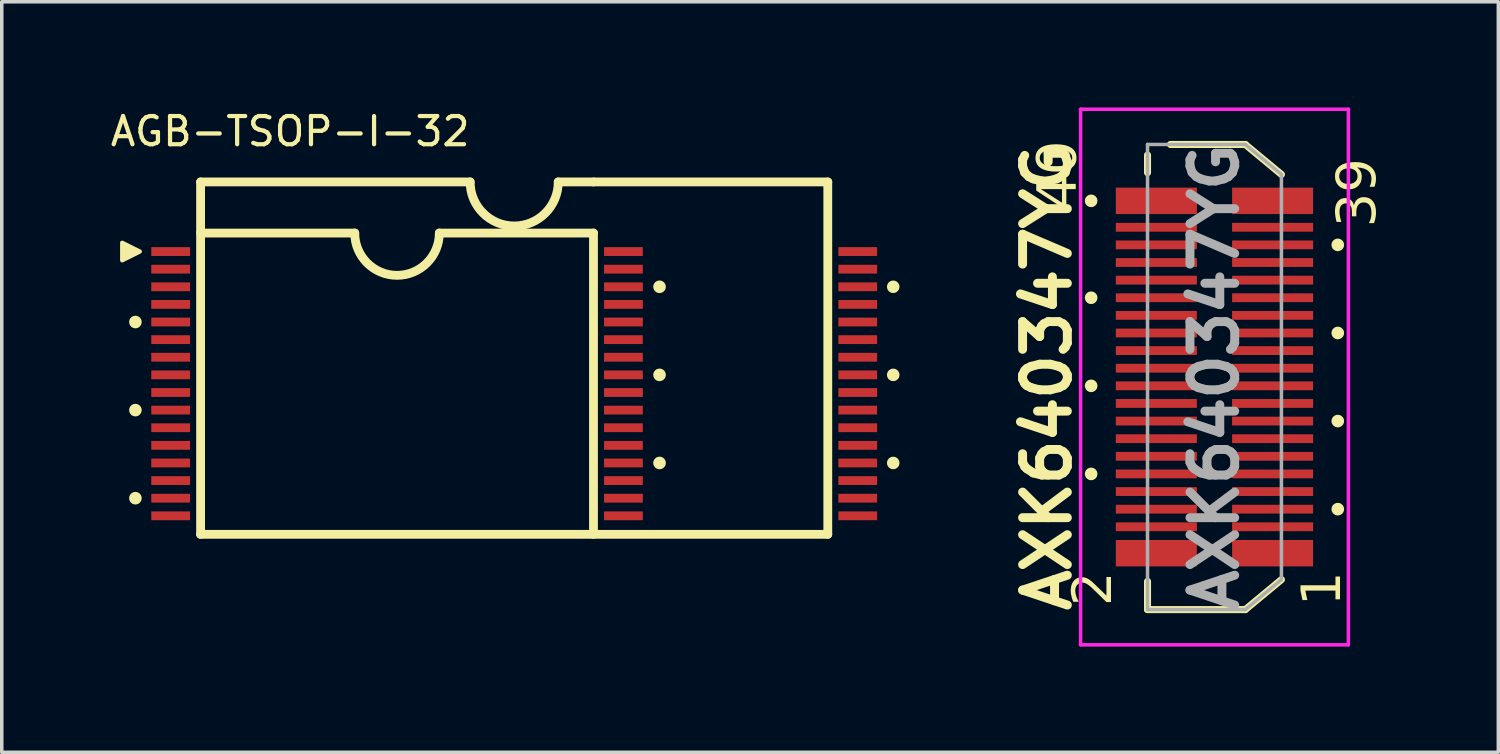
<source format=kicad_pcb>
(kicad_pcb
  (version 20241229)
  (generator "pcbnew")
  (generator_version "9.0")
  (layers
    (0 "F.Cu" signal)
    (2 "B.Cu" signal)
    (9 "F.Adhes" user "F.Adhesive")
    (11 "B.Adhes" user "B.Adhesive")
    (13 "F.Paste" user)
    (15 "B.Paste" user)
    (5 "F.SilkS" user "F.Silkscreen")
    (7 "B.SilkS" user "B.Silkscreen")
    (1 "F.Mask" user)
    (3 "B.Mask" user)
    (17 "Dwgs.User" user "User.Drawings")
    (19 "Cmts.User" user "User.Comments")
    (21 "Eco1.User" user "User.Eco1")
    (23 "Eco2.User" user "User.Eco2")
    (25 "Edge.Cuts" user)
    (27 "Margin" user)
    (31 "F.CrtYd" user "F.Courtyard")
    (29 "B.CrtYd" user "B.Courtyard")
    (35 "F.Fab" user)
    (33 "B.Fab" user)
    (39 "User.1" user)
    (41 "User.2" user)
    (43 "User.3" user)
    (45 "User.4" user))
  (footprint "AGB-TSOP-I-32"
    (layer "F.Cu")
    (at 11.543 7.839)
    (property "Reference" "AGB-TSOP-I-32" (at -6.358 -7.16 0) (layer "F.SilkS") (effects (font (size 0.8 0.8) (thickness 0.12))))
    (attr smd)
    (fp_line (start -8.9 -5.725) (end -8.9 4.275) (stroke (width 0.25) (type solid)) (layer "F.SilkS"))
    (fp_line (start -8.9 -5.725) (end -1.25 -5.726) (stroke (width 0.25) (type solid)) (layer "F.SilkS"))
    (fp_line (start -8.9 -4.275) (end -4.525 -4.275) (stroke (width 0.25) (type solid)) (layer "F.SilkS"))
    (fp_line (start 1.25 -5.726) (end 2.25 -5.725) (stroke (width 0.25) (type solid)) (layer "F.SilkS"))
    (fp_line (start 2.25 -5.725) (end 8.9 -5.725) (stroke (width 0.25) (type solid)) (layer "F.SilkS"))
    (fp_line (start 2.25 -4.275) (end -2.125 -4.275) (stroke (width 0.25) (type solid)) (layer "F.SilkS"))
    (fp_line (start 2.25 -4.275) (end 2.25 4.275) (stroke (width 0.25) (type solid)) (layer "F.SilkS"))
    (fp_line (start 8.9 -5.725) (end 8.9 4.275) (stroke (width 0.25) (type solid)) (layer "F.SilkS"))
    (fp_line (start 8.9 4.275) (end -8.9 4.275) (stroke (width 0.25) (type solid)) (layer "F.SilkS"))
    (fp_arc (start -2.124861 -4.274861) (mid -3.324999 -3.075001) (end -4.524859 -4.275139) (stroke (width 0.25) (type solid)) (layer "F.SilkS"))
    (fp_arc (start 1.25 -5.7255) (mid 0 -4.4755) (end -1.25 -5.7255) (stroke (width 0.25) (type solid)) (layer "F.SilkS"))
    (fp_circle (center -10.75 -1.75) (end -10.632 -1.739) (stroke (width 0.12) (type solid)) (fill yes) (layer "F.SilkS"))
    (fp_circle (center -10.75 0.75) (end -10.632 0.761) (stroke (width 0.12) (type solid)) (fill yes) (layer "F.SilkS"))
    (fp_circle (center -10.75 3.25) (end -10.632 3.261) (stroke (width 0.12) (type solid)) (fill yes) (layer "F.SilkS"))
    (fp_circle (center 4.125 -2.75) (end 4.243 -2.739) (stroke (width 0.12) (type solid)) (fill yes) (layer "F.SilkS"))
    (fp_circle (center 4.125 -0.25) (end 4.243 -0.239) (stroke (width 0.12) (type solid)) (fill yes) (layer "F.SilkS"))
    (fp_circle (center 4.125 2.25) (end 4.243 2.261) (stroke (width 0.12) (type solid)) (fill yes) (layer "F.SilkS"))
    (fp_circle (center 10.757 -2.75) (end 10.874 -2.739) (stroke (width 0.12) (type solid)) (fill yes) (layer "F.SilkS"))
    (fp_circle (center 10.757 -0.25) (end 10.874 -0.239) (stroke (width 0.12) (type solid)) (fill yes) (layer "F.SilkS"))
    (fp_circle (center 10.757 2.25) (end 10.874 2.261) (stroke (width 0.12) (type solid)) (fill yes) (layer "F.SilkS"))
    (fp_poly (pts (xy -10.625 -3.75) (xy -11.125 -3.5) (xy -11.125 -4)) (stroke (width 0.12) (type solid)) (fill yes) (layer "F.SilkS"))
    (pad "1" smd rect (at -9.75 -3.75) (size 1.1 0.25) (layers "F.Cu" "F.Mask" "F.Paste"))
    (pad "2" smd rect (at -9.75 -3.25) (size 1.1 0.25) (layers "F.Cu" "F.Mask" "F.Paste"))
    (pad "3" smd rect (at -9.75 -2.75) (size 1.1 0.25) (layers "F.Cu" "F.Mask" "F.Paste"))
    (pad "4" smd rect (at -9.75 -2.25) (size 1.1 0.25) (layers "F.Cu" "F.Mask" "F.Paste"))
    (pad "5" smd rect (at -9.75 -1.75) (size 1.1 0.25) (layers "F.Cu" "F.Mask" "F.Paste"))
    (pad "6" smd rect (at -9.75 -1.25) (size 1.1 0.25) (layers "F.Cu" "F.Mask" "F.Paste"))
    (pad "7" smd rect (at -9.75 -0.75) (size 1.1 0.25) (layers "F.Cu" "F.Mask" "F.Paste"))
    (pad "8" smd rect (at -9.75 -0.25) (size 1.1 0.25) (layers "F.Cu" "F.Mask" "F.Paste"))
    (pad "9" smd rect (at -9.75 0.25) (size 1.1 0.25) (layers "F.Cu" "F.Mask" "F.Paste"))
    (pad "10" smd rect (at -9.75 0.75) (size 1.1 0.25) (layers "F.Cu" "F.Mask" "F.Paste"))
    (pad "11" smd rect (at -9.75 1.25) (size 1.1 0.25) (layers "F.Cu" "F.Mask" "F.Paste"))
    (pad "12" smd rect (at -9.75 1.75) (size 1.1 0.25) (layers "F.Cu" "F.Mask" "F.Paste"))
    (pad "13" smd rect (at -9.75 2.25) (size 1.1 0.25) (layers "F.Cu" "F.Mask" "F.Paste"))
    (pad "14" smd rect (at -9.75 2.75) (size 1.1 0.25) (layers "F.Cu" "F.Mask" "F.Paste"))
    (pad "15" smd rect (at -9.75 3.25) (size 1.1 0.25) (layers "F.Cu" "F.Mask" "F.Paste"))
    (pad "16" smd rect (at -9.75 3.75) (size 1.1 0.25) (layers "F.Cu" "F.Mask" "F.Paste"))
    (pad "17" smd rect (at 3.1 3.75) (size 1.1 0.25) (layers "F.Cu" "F.Mask" "F.Paste"))
    (pad "17" smd rect (at 9.75 3.75) (size 1.1 0.25) (layers "F.Cu" "F.Mask" "F.Paste"))
    (pad "18" smd rect (at 3.1 3.25) (size 1.1 0.25) (layers "F.Cu" "F.Mask" "F.Paste"))
    (pad "18" smd rect (at 9.75 3.25) (size 1.1 0.25) (layers "F.Cu" "F.Mask" "F.Paste"))
    (pad "19" smd rect (at 3.1 2.75) (size 1.1 0.25) (layers "F.Cu" "F.Mask" "F.Paste"))
    (pad "19" smd rect (at 9.75 2.75) (size 1.1 0.25) (layers "F.Cu" "F.Mask" "F.Paste"))
    (pad "20" smd rect (at 3.1 2.25) (size 1.1 0.25) (layers "F.Cu" "F.Mask" "F.Paste"))
    (pad "20" smd rect (at 9.75 2.25) (size 1.1 0.25) (layers "F.Cu" "F.Mask" "F.Paste"))
    (pad "21" smd rect (at 3.1 1.75) (size 1.1 0.25) (layers "F.Cu" "F.Mask" "F.Paste"))
    (pad "21" smd rect (at 9.75 1.75) (size 1.1 0.25) (layers "F.Cu" "F.Mask" "F.Paste"))
    (pad "22" smd rect (at 3.1 1.25) (size 1.1 0.25) (layers "F.Cu" "F.Mask" "F.Paste"))
    (pad "22" smd rect (at 9.75 1.25) (size 1.1 0.25) (layers "F.Cu" "F.Mask" "F.Paste"))
    (pad "23" smd rect (at 3.1 0.75) (size 1.1 0.25) (layers "F.Cu" "F.Mask" "F.Paste"))
    (pad "23" smd rect (at 9.75 0.75) (size 1.1 0.25) (layers "F.Cu" "F.Mask" "F.Paste"))
    (pad "24" smd rect (at 3.1 0.25) (size 1.1 0.25) (layers "F.Cu" "F.Mask" "F.Paste"))
    (pad "24" smd rect (at 9.75 0.25) (size 1.1 0.25) (layers "F.Cu" "F.Mask" "F.Paste"))
    (pad "25" smd rect (at 3.1 -0.25) (size 1.1 0.25) (layers "F.Cu" "F.Mask" "F.Paste"))
    (pad "25" smd rect (at 9.75 -0.25) (size 1.1 0.25) (layers "F.Cu" "F.Mask" "F.Paste"))
    (pad "26" smd rect (at 3.1 -0.75) (size 1.1 0.25) (layers "F.Cu" "F.Mask" "F.Paste"))
    (pad "26" smd rect (at 9.75 -0.75) (size 1.1 0.25) (layers "F.Cu" "F.Mask" "F.Paste"))
    (pad "27" smd rect (at 3.1 -1.25) (size 1.1 0.25) (layers "F.Cu" "F.Mask" "F.Paste"))
    (pad "27" smd rect (at 9.75 -1.25) (size 1.1 0.25) (layers "F.Cu" "F.Mask" "F.Paste"))
    (pad "28" smd rect (at 3.1 -1.75) (size 1.1 0.25) (layers "F.Cu" "F.Mask" "F.Paste"))
    (pad "28" smd rect (at 9.75 -1.75) (size 1.1 0.25) (layers "F.Cu" "F.Mask" "F.Paste"))
    (pad "29" smd rect (at 3.1 -2.25) (size 1.1 0.25) (layers "F.Cu" "F.Mask" "F.Paste"))
    (pad "29" smd rect (at 9.75 -2.25) (size 1.1 0.25) (layers "F.Cu" "F.Mask" "F.Paste"))
    (pad "30" smd rect (at 3.1 -2.75) (size 1.1 0.25) (layers "F.Cu" "F.Mask" "F.Paste"))
    (pad "30" smd rect (at 9.75 -2.75) (size 1.1 0.25) (layers "F.Cu" "F.Mask" "F.Paste"))
    (pad "31" smd rect (at 3.1 -3.25) (size 1.1 0.25) (layers "F.Cu" "F.Mask" "F.Paste"))
    (pad "31" smd rect (at 9.75 -3.25) (size 1.1 0.25) (layers "F.Cu" "F.Mask" "F.Paste"))
    (pad "32" smd rect (at 3.1 -3.75) (size 1.1 0.25) (layers "F.Cu" "F.Mask" "F.Paste"))
    (pad "32" smd rect (at 9.75 -3.75) (size 1.1 0.25) (layers "F.Cu" "F.Mask" "F.Paste")))
  (footprint "AXK640347YG"
    (layer "F.Cu")
    (at 31.417 7.65)
    (property "Reference" "AXK640347YG" (at -4.75 0 90) (layer "F.SilkS") (effects (font (size 1.27 1.27) (thickness 0.254))))
    (attr smd)
    (fp_line (start -1.9 -5.8) (end -1.9 -6.3) (stroke (width 0.2) (type solid)) (layer "F.SilkS"))
    (fp_line (start -1.9 5.8) (end -1.9 6.6) (stroke (width 0.2) (type solid)) (layer "F.SilkS"))
    (fp_line (start -1.9 6.6) (end 0.875 6.6) (stroke (width 0.2) (type solid)) (layer "F.SilkS"))
    (fp_line (start -1.25 -6.6) (end 0.875 -6.6) (stroke (width 0.2) (type solid)) (layer "F.SilkS"))
    (fp_line (start 0.875 -6.6) (end 1.9 -5.75) (stroke (width 0.2) (type solid)) (layer "F.SilkS"))
    (fp_line (start 0.875 6.6) (end 1.9 5.75) (stroke (width 0.2) (type solid)) (layer "F.SilkS"))
    (fp_circle (center -3.5 -5) (end -3.382 -4.989) (stroke (width 0.12) (type solid)) (fill yes) (layer "F.SilkS"))
    (fp_circle (center -3.5 -2.25) (end -3.382 -2.239) (stroke (width 0.12) (type solid)) (fill yes) (layer "F.SilkS"))
    (fp_circle (center -3.5 0.25) (end -3.382 0.261) (stroke (width 0.12) (type solid)) (fill yes) (layer "F.SilkS"))
    (fp_circle (center -3.5 2.75) (end -3.382 2.761) (stroke (width 0.12) (type solid)) (fill yes) (layer "F.SilkS"))
    (fp_circle (center 3.5 -3.75) (end 3.618 -3.739) (stroke (width 0.12) (type solid)) (fill yes) (layer "F.SilkS"))
    (fp_circle (center 3.5 -1.25) (end 3.618 -1.239) (stroke (width 0.12) (type solid)) (fill yes) (layer "F.SilkS"))
    (fp_circle (center 3.5 1.25) (end 3.618 1.261) (stroke (width 0.12) (type solid)) (fill yes) (layer "F.SilkS"))
    (fp_circle (center 3.5 3.75) (end 3.618 3.761) (stroke (width 0.12) (type solid)) (fill yes) (layer "F.SilkS"))
    (fp_line (start -3.8 -7.6) (end 3.8 -7.6) (stroke (width 0.1) (type solid)) (layer "F.CrtYd"))
    (fp_line (start -3.8 7.6) (end -3.8 -7.6) (stroke (width 0.1) (type solid)) (layer "F.CrtYd"))
    (fp_line (start 3.8 -7.6) (end 3.8 7.6) (stroke (width 0.1) (type solid)) (layer "F.CrtYd"))
    (fp_line (start 3.8 7.6) (end -3.8 7.6) (stroke (width 0.1) (type solid)) (layer "F.CrtYd"))
    (fp_line (start -1.9 -6.6) (end 0.875 -6.6) (stroke (width 0.1) (type solid)) (layer "F.Fab"))
    (fp_line (start -1.9 6.6) (end -1.9 -6.6) (stroke (width 0.1) (type solid)) (layer "F.Fab"))
    (fp_line (start 0.875 -6.6) (end 1.9 -5.75) (stroke (width 0.1) (type solid)) (layer "F.Fab"))
    (fp_line (start 0.875 6.6) (end -1.9 6.6) (stroke (width 0.1) (type solid)) (layer "F.Fab"))
    (fp_line (start 0.875 6.6) (end 1.9 5.75) (stroke (width 0.1) (type solid)) (layer "F.Fab"))
    (fp_line (start 1.9 -5.75) (end 1.9 5.75) (stroke (width 0.1) (type solid)) (layer "F.Fab"))
    (fp_text user "1" (at 3.75 6.5 90) (unlocked yes) (layer "F.SilkS") (effects (font (face "Arial") (size 1.1 1.1) (thickness 0.15)) (justify left bottom)))
    (fp_text user "39" (at 4.75 -4.25 90) (unlocked yes) (layer "F.SilkS") (effects (font (face "Arial") (size 1.1 1.1) (thickness 0.15)) (justify left bottom)))
    (fp_text user "40" (at -3.75 -4.75 90) (unlocked yes) (layer "F.SilkS") (effects (font (face "Arial") (size 1.1 1.1) (thickness 0.15)) (justify left bottom)))
    (fp_text user "2" (at -2.75 6.5 90) (unlocked yes) (layer "F.SilkS") (effects (font (face "Arial") (size 1.1 1.1) (thickness 0.15)) (justify left bottom)))
    (fp_text user "${REFERENCE}" (at 0 0 90) (layer "F.Fab") (effects (font (size 1.27 1.27) (thickness 0.254))))
    (pad "1" smd rect (at 1.65 5 90) (size 0.75 2.3) (layers "F.Cu" "F.Mask" "F.Paste"))
    (pad "2" smd rect (at -1.65 5 90) (size 0.75 2.3) (layers "F.Cu" "F.Mask" "F.Paste"))
    (pad "3" smd rect (at 1.65 4.25 90) (size 0.25 2.3) (layers "F.Cu" "F.Mask" "F.Paste"))
    (pad "4" smd rect (at -1.65 4.25 90) (size 0.25 2.3) (layers "F.Cu" "F.Mask" "F.Paste"))
    (pad "5" smd rect (at 1.65 3.75 90) (size 0.25 2.3) (layers "F.Cu" "F.Mask" "F.Paste"))
    (pad "6" smd rect (at -1.65 3.75 90) (size 0.25 2.3) (layers "F.Cu" "F.Mask" "F.Paste"))
    (pad "7" smd rect (at 1.65 3.25 90) (size 0.25 2.3) (layers "F.Cu" "F.Mask" "F.Paste"))
    (pad "8" smd rect (at -1.65 3.25 90) (size 0.25 2.3) (layers "F.Cu" "F.Mask" "F.Paste"))
    (pad "9" smd rect (at 1.65 2.75 90) (size 0.25 2.3) (layers "F.Cu" "F.Mask" "F.Paste"))
    (pad "10" smd rect (at -1.65 2.75 90) (size 0.25 2.3) (layers "F.Cu" "F.Mask" "F.Paste"))
    (pad "11" smd rect (at 1.65 2.25 90) (size 0.25 2.3) (layers "F.Cu" "F.Mask" "F.Paste"))
    (pad "12" smd rect (at -1.65 2.25 90) (size 0.25 2.3) (layers "F.Cu" "F.Mask" "F.Paste"))
    (pad "13" smd rect (at 1.65 1.75 90) (size 0.25 2.3) (layers "F.Cu" "F.Mask" "F.Paste"))
    (pad "14" smd rect (at -1.65 1.75 90) (size 0.25 2.3) (layers "F.Cu" "F.Mask" "F.Paste"))
    (pad "15" smd rect (at 1.65 1.25 90) (size 0.25 2.3) (layers "F.Cu" "F.Mask" "F.Paste"))
    (pad "16" smd rect (at -1.65 1.25 90) (size 0.25 2.3) (layers "F.Cu" "F.Mask" "F.Paste"))
    (pad "17" smd rect (at 1.65 0.75 90) (size 0.25 2.3) (layers "F.Cu" "F.Mask" "F.Paste"))
    (pad "18" smd rect (at -1.65 0.75 90) (size 0.25 2.3) (layers "F.Cu" "F.Mask" "F.Paste"))
    (pad "19" smd rect (at 1.65 0.25 90) (size 0.25 2.3) (layers "F.Cu" "F.Mask" "F.Paste"))
    (pad "20" smd rect (at -1.65 0.25 90) (size 0.25 2.3) (layers "F.Cu" "F.Mask" "F.Paste"))
    (pad "21" smd rect (at 1.65 -0.25 90) (size 0.25 2.3) (layers "F.Cu" "F.Mask" "F.Paste"))
    (pad "22" smd rect (at -1.65 -0.25 90) (size 0.25 2.3) (layers "F.Cu" "F.Mask" "F.Paste"))
    (pad "23" smd rect (at 1.65 -0.75 90) (size 0.25 2.3) (layers "F.Cu" "F.Mask" "F.Paste"))
    (pad "24" smd rect (at -1.65 -0.75 90) (size 0.25 2.3) (layers "F.Cu" "F.Mask" "F.Paste"))
    (pad "25" smd rect (at 1.65 -1.25 90) (size 0.25 2.3) (layers "F.Cu" "F.Mask" "F.Paste"))
    (pad "26" smd rect (at -1.65 -1.25 90) (size 0.25 2.3) (layers "F.Cu" "F.Mask" "F.Paste"))
    (pad "27" smd rect (at 1.65 -1.75 90) (size 0.25 2.3) (layers "F.Cu" "F.Mask" "F.Paste"))
    (pad "28" smd rect (at -1.65 -1.75 90) (size 0.25 2.3) (layers "F.Cu" "F.Mask" "F.Paste"))
    (pad "29" smd rect (at 1.65 -2.25 90) (size 0.25 2.3) (layers "F.Cu" "F.Mask" "F.Paste"))
    (pad "30" smd rect (at -1.65 -2.25 90) (size 0.25 2.3) (layers "F.Cu" "F.Mask" "F.Paste"))
    (pad "31" smd rect (at 1.65 -2.75 90) (size 0.25 2.3) (layers "F.Cu" "F.Mask" "F.Paste"))
    (pad "32" smd rect (at -1.65 -2.75 90) (size 0.25 2.3) (layers "F.Cu" "F.Mask" "F.Paste"))
    (pad "33" smd rect (at 1.65 -3.25 90) (size 0.25 2.3) (layers "F.Cu" "F.Mask" "F.Paste"))
    (pad "34" smd rect (at -1.65 -3.25 90) (size 0.25 2.3) (layers "F.Cu" "F.Mask" "F.Paste"))
    (pad "35" smd rect (at 1.65 -3.75 90) (size 0.25 2.3) (layers "F.Cu" "F.Mask" "F.Paste"))
    (pad "36" smd rect (at -1.65 -3.75 90) (size 0.25 2.3) (layers "F.Cu" "F.Mask" "F.Paste"))
    (pad "37" smd rect (at 1.65 -4.25 90) (size 0.25 2.3) (layers "F.Cu" "F.Mask" "F.Paste"))
    (pad "38" smd rect (at -1.65 -4.25 90) (size 0.25 2.3) (layers "F.Cu" "F.Mask" "F.Paste"))
    (pad "39" smd rect (at 1.65 -5 90) (size 0.75 2.3) (layers "F.Cu" "F.Mask" "F.Paste"))
    (pad "40" smd rect (at -1.65 -5 90) (size 0.75 2.3) (layers "F.Cu" "F.Mask" "F.Paste")))
  (gr_rect
    (start -3 -3)
    (end 39.473 18.3)
    (stroke (width 0.1) (type default))
    (fill no)
    (layer "Edge.Cuts")))
</source>
